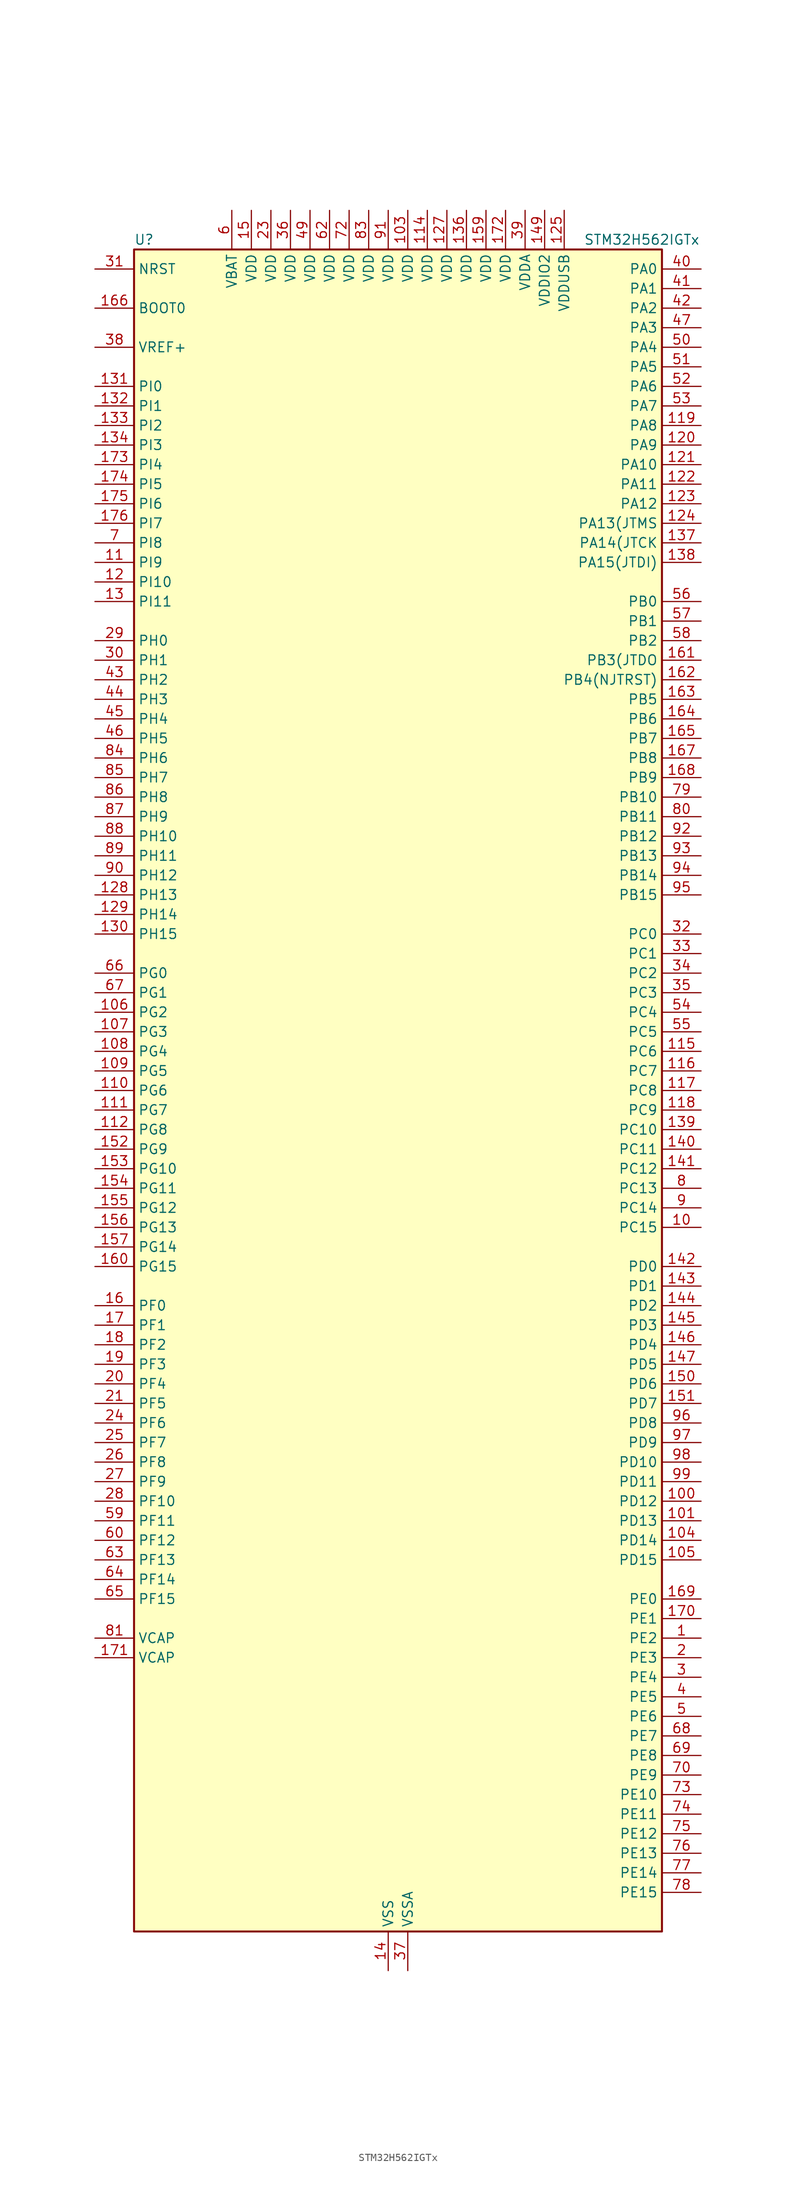
<source format=kicad_sym>
(kicad_symbol_lib
  (version 20231120)
  (generator "kicad-library-utils")
  (generator_version "8.0")
  (symbol "STM32H562IGTx"
    (property "Reference" "U"
      (at -33.02 110.49 0)
      (effects (font (size 1.27 1.27)) (justify left)))
    (property "Value" "STM32H562IGTx"
      (at 25.4 110.49 0)
      (effects (font (size 1.27 1.27)) (justify left)))
    (symbol "STM32H562IGTx_0_1"
      (rectangle (start -33.02 -109.22) (end 35.56 109.22) (stroke (width 0.254) (type default)) (fill (type background))))
    (symbol "STM32H562IGTx_1_1"
      (pin bidirectional line (at 40.64 -71.12 180) (length 5.08) (name "PE2" (effects (font (size 1.27 1.27)))) (number "1" (effects (font (size 1.27 1.27)))) (alternate "DCMI_D3" bidirectional line) (alternate "DEBUG_TRACECLK" bidirectional line) (alternate "FMC_A23" bidirectional line) (alternate "LPTIM1_IN2" bidirectional line) (alternate "OCTOSPI1_IO2" bidirectional line) (alternate "PSSI_D3" bidirectional line) (alternate "SAI1_CK1" bidirectional line) (alternate "SAI1_MCLK_A" bidirectional line) (alternate "SPI4_SCK" bidirectional line) (alternate "UART8_TX" bidirectional line) (alternate "USART10_RX" bidirectional line))
      (pin bidirectional line (at 40.64 -17.78 180) (length 5.08) (name "PC15" (effects (font (size 1.27 1.27)))) (number "10" (effects (font (size 1.27 1.27)))) (alternate "ADC1_EXTI15" bidirectional line) (alternate "ADC2_EXTI15" bidirectional line) (alternate "RCC_OSC32_OUT" bidirectional line))
      (pin bidirectional line (at 40.64 -53.34 180) (length 5.08) (name "PD12" (effects (font (size 1.27 1.27)))) (number "100" (effects (font (size 1.27 1.27)))) (alternate "DCMI_D12" bidirectional line) (alternate "FMC_A17" bidirectional line) (alternate "FMC_ALE" bidirectional line) (alternate "I2C4_SCL" bidirectional line) (alternate "I3C1_SCL" bidirectional line) (alternate "LPTIM1_IN1" bidirectional line) (alternate "LPTIM2_IN1" bidirectional line) (alternate "OCTOSPI1_IO1" bidirectional line) (alternate "PSSI_D12" bidirectional line) (alternate "SAI1_D1" bidirectional line) (alternate "SAI2_FS_A" bidirectional line) (alternate "TIM4_CH1" bidirectional line) (alternate "UART4_TX" bidirectional line) (alternate "USART3_RTS" bidirectional line))
      (pin bidirectional line (at 40.64 -55.88 180) (length 5.08) (name "PD13" (effects (font (size 1.27 1.27)))) (number "101" (effects (font (size 1.27 1.27)))) (alternate "DCMI_D13" bidirectional line) (alternate "FMC_A18" bidirectional line) (alternate "I2C4_SDA" bidirectional line) (alternate "I3C1_SDA" bidirectional line) (alternate "LPTIM1_CH1" bidirectional line) (alternate "LPTIM2_CH1" bidirectional line) (alternate "LPTIM4_IN1" bidirectional line) (alternate "OCTOSPI1_IO3" bidirectional line) (alternate "PSSI_D13" bidirectional line) (alternate "SAI2_SCK_A" bidirectional line) (alternate "TIM4_CH2" bidirectional line) (alternate "UART9_RTS" bidirectional line))
      (pin passive line (at 0 -114.3 90) (length 5.08) hide (name "VSS" (effects (font (size 1.27 1.27)))) (number "102" (effects (font (size 1.27 1.27)))))
      (pin power_in line (at 2.54 114.3 270) (length 5.08) (name "VDD" (effects (font (size 1.27 1.27)))) (number "103" (effects (font (size 1.27 1.27)))))
      (pin bidirectional line (at 40.64 -58.42 180) (length 5.08) (name "PD14" (effects (font (size 1.27 1.27)))) (number "104" (effects (font (size 1.27 1.27)))) (alternate "FMC_D0" bidirectional line) (alternate "FMC_DA0" bidirectional line) (alternate "TIM4_CH3" bidirectional line) (alternate "UART8_CTS" bidirectional line) (alternate "UART9_RX" bidirectional line))
      (pin bidirectional line (at 40.64 -60.96 180) (length 5.08) (name "PD15" (effects (font (size 1.27 1.27)))) (number "105" (effects (font (size 1.27 1.27)))) (alternate "ADC1_EXTI15" bidirectional line) (alternate "ADC2_EXTI15" bidirectional line) (alternate "FMC_D1" bidirectional line) (alternate "FMC_DA1" bidirectional line) (alternate "TIM4_CH4" bidirectional line) (alternate "UART8_RTS" bidirectional line) (alternate "UART9_TX" bidirectional line))
      (pin bidirectional line (at -38.1 10.16 0) (length 5.08) (name "PG2" (effects (font (size 1.27 1.27)))) (number "106" (effects (font (size 1.27 1.27)))) (alternate "FMC_A12" bidirectional line) (alternate "LPTIM6_ETR" bidirectional line) (alternate "TIM8_BKIN" bidirectional line) (alternate "UART12_RX" bidirectional line))
      (pin bidirectional line (at -38.1 7.62 0) (length 5.08) (name "PG3" (effects (font (size 1.27 1.27)))) (number "107" (effects (font (size 1.27 1.27)))) (alternate "FMC_A13" bidirectional line) (alternate "LPTIM5_ETR" bidirectional line) (alternate "TIM8_BKIN2" bidirectional line) (alternate "UART12_TX" bidirectional line))
      (pin bidirectional line (at -38.1 5.08 0) (length 5.08) (name "PG4" (effects (font (size 1.27 1.27)))) (number "108" (effects (font (size 1.27 1.27)))) (alternate "FMC_A14" bidirectional line) (alternate "FMC_BA0" bidirectional line) (alternate "LPTIM4_ETR" bidirectional line) (alternate "TIM1_BKIN2" bidirectional line))
      (pin bidirectional line (at -38.1 2.54 0) (length 5.08) (name "PG5" (effects (font (size 1.27 1.27)))) (number "109" (effects (font (size 1.27 1.27)))) (alternate "FMC_A15" bidirectional line) (alternate "FMC_BA1" bidirectional line) (alternate "TIM1_ETR" bidirectional line))
      (pin bidirectional line (at -38.1 68.58 0) (length 5.08) (name "PI9" (effects (font (size 1.27 1.27)))) (number "11" (effects (font (size 1.27 1.27)))) (alternate "DAC1_EXTI9" bidirectional line) (alternate "FDCAN1_RX" bidirectional line) (alternate "UART4_RX" bidirectional line))
      (pin bidirectional line (at -38.1 0 0) (length 5.08) (name "PG6" (effects (font (size 1.27 1.27)))) (number "110" (effects (font (size 1.27 1.27)))) (alternate "DCMI_D12" bidirectional line) (alternate "FMC_NE3" bidirectional line) (alternate "I2C4_SDA" bidirectional line) (alternate "I3C1_SDA" bidirectional line) (alternate "OCTOSPI1_NCS" bidirectional line) (alternate "PSSI_D12" bidirectional line) (alternate "SPI1_RDY" bidirectional line) (alternate "TIM17_BKIN" bidirectional line) (alternate "UCPD1_FRSTX" bidirectional line))
      (pin bidirectional line (at -38.1 -2.54 0) (length 5.08) (name "PG7" (effects (font (size 1.27 1.27)))) (number "111" (effects (font (size 1.27 1.27)))) (alternate "DCMI_D13" bidirectional line) (alternate "FMC_INT" bidirectional line) (alternate "I2C4_SCL" bidirectional line) (alternate "I3C1_SCL" bidirectional line) (alternate "PSSI_D13" bidirectional line) (alternate "SAI1_CK2" bidirectional line) (alternate "SAI1_MCLK_A" bidirectional line) (alternate "UCPD1_FRSTX" bidirectional line) (alternate "USART6_CK" bidirectional line))
      (pin bidirectional line (at -38.1 -5.08 0) (length 5.08) (name "PG8" (effects (font (size 1.27 1.27)))) (number "112" (effects (font (size 1.27 1.27)))) (alternate "FMC_SDCLK" bidirectional line) (alternate "SPI6_NSS" bidirectional line) (alternate "TIM8_ETR" bidirectional line) (alternate "USART6_RTS" bidirectional line))
      (pin passive line (at 0 -114.3 90) (length 5.08) hide (name "VSS" (effects (font (size 1.27 1.27)))) (number "113" (effects (font (size 1.27 1.27)))))
      (pin power_in line (at 5.08 114.3 270) (length 5.08) (name "VDD" (effects (font (size 1.27 1.27)))) (number "114" (effects (font (size 1.27 1.27)))))
      (pin bidirectional line (at 40.64 5.08 180) (length 5.08) (name "PC6" (effects (font (size 1.27 1.27)))) (number "115" (effects (font (size 1.27 1.27)))) (alternate "DCMI_D0" bidirectional line) (alternate "FMC_NWAIT" bidirectional line) (alternate "I2S2_MCK" bidirectional line) (alternate "OCTOSPI1_IO5" bidirectional line) (alternate "PSSI_D0" bidirectional line) (alternate "SAI1_SCK_A" bidirectional line) (alternate "SDMMC1_D0DIR" bidirectional line) (alternate "SDMMC1_D6" bidirectional line) (alternate "TIM3_CH1" bidirectional line) (alternate "TIM8_CH1" bidirectional line) (alternate "USART6_TX" bidirectional line))
      (pin bidirectional line (at 40.64 2.54 180) (length 5.08) (name "PC7" (effects (font (size 1.27 1.27)))) (number "116" (effects (font (size 1.27 1.27)))) (alternate "DCMI_D1" bidirectional line) (alternate "DEBUG_TRGIO" bidirectional line) (alternate "FMC_NE1" bidirectional line) (alternate "I2S3_MCK" bidirectional line) (alternate "OCTOSPI1_IO6" bidirectional line) (alternate "PSSI_D1" bidirectional line) (alternate "SDMMC1_D123DIR" bidirectional line) (alternate "SDMMC1_D7" bidirectional line) (alternate "TIM3_CH2" bidirectional line) (alternate "TIM8_CH2" bidirectional line) (alternate "USART6_RX" bidirectional line))
      (pin bidirectional line (at 40.64 0 180) (length 5.08) (name "PC8" (effects (font (size 1.27 1.27)))) (number "117" (effects (font (size 1.27 1.27)))) (alternate "DCMI_D2" bidirectional line) (alternate "DEBUG_TRACED1" bidirectional line) (alternate "FMC_ALE" bidirectional line) (alternate "FMC_INT" bidirectional line) (alternate "FMC_NCE" bidirectional line) (alternate "FMC_NE2" bidirectional line) (alternate "PSSI_D2" bidirectional line) (alternate "SDMMC1_D0" bidirectional line) (alternate "TIM3_CH3" bidirectional line) (alternate "TIM8_CH3" bidirectional line) (alternate "UART5_DE" bidirectional line) (alternate "UART5_RTS" bidirectional line) (alternate "USART6_CK" bidirectional line))
      (pin bidirectional line (at 40.64 -2.54 180) (length 5.08) (name "PC9" (effects (font (size 1.27 1.27)))) (number "118" (effects (font (size 1.27 1.27)))) (alternate "AUDIOCLK" bidirectional line) (alternate "DAC1_EXTI9" bidirectional line) (alternate "DCMI_D3" bidirectional line) (alternate "FMC_CLE" bidirectional line) (alternate "I2C3_SDA" bidirectional line) (alternate "OCTOSPI1_IO0" bidirectional line) (alternate "PSSI_D3" bidirectional line) (alternate "RCC_MCO_2" bidirectional line) (alternate "SDMMC1_D1" bidirectional line) (alternate "TIM3_CH4" bidirectional line) (alternate "TIM8_CH4" bidirectional line) (alternate "UART5_CTS" bidirectional line) (alternate "UCPD1_DB2" bidirectional line))
      (pin bidirectional line (at 40.64 86.36 180) (length 5.08) (name "PA8" (effects (font (size 1.27 1.27)))) (number "119" (effects (font (size 1.27 1.27)))) (alternate "DCMI_D3" bidirectional line) (alternate "FMC_NOE" bidirectional line) (alternate "I2C3_SCL" bidirectional line) (alternate "PSSI_D3" bidirectional line) (alternate "RCC_MCO_1" bidirectional line) (alternate "SPI1_RDY" bidirectional line) (alternate "TIM1_CH1" bidirectional line) (alternate "TIM8_BKIN2" bidirectional line) (alternate "UART7_RX" bidirectional line) (alternate "USART1_CK" bidirectional line) (alternate "USB_SOF" bidirectional line))
      (pin bidirectional line (at -38.1 66.04 0) (length 5.08) (name "PI10" (effects (font (size 1.27 1.27)))) (number "12" (effects (font (size 1.27 1.27)))) (alternate "FDCAN1_RX" bidirectional line) (alternate "PSSI_D14" bidirectional line))
      (pin bidirectional line (at 40.64 83.82 180) (length 5.08) (name "PA9" (effects (font (size 1.27 1.27)))) (number "120" (effects (font (size 1.27 1.27)))) (alternate "DAC1_EXTI9" bidirectional line) (alternate "DCMI_D0" bidirectional line) (alternate "FMC_NWE" bidirectional line) (alternate "I2C3_SMBA" bidirectional line) (alternate "I2S2_CK" bidirectional line) (alternate "LPUART1_TX" bidirectional line) (alternate "PSSI_D0" bidirectional line) (alternate "SPI2_SCK" bidirectional line) (alternate "TIM1_CH2" bidirectional line) (alternate "UCPD1_DB1" bidirectional line) (alternate "USART1_TX" bidirectional line))
      (pin bidirectional line (at 40.64 81.28 180) (length 5.08) (name "PA10" (effects (font (size 1.27 1.27)))) (number "121" (effects (font (size 1.27 1.27)))) (alternate "DCMI_D1" bidirectional line) (alternate "LPTIM2_IN2" bidirectional line) (alternate "LPUART1_RX" bidirectional line) (alternate "PSSI_D1" bidirectional line) (alternate "SDMMC1_D0" bidirectional line) (alternate "TIM1_CH3" bidirectional line) (alternate "UCPD1_FRSTX" bidirectional line) (alternate "USART1_RX" bidirectional line))
      (pin bidirectional line (at 40.64 78.74 180) (length 5.08) (name "PA11" (effects (font (size 1.27 1.27)))) (number "122" (effects (font (size 1.27 1.27)))) (alternate "ADC1_EXTI11" bidirectional line) (alternate "ADC2_EXTI11" bidirectional line) (alternate "FDCAN1_RX" bidirectional line) (alternate "I2S2_WS" bidirectional line) (alternate "LPUART1_CTS" bidirectional line) (alternate "SPI2_NSS" bidirectional line) (alternate "TIM1_CH4" bidirectional line) (alternate "UART4_RX" bidirectional line) (alternate "USART1_CTS" bidirectional line) (alternate "USART1_NSS" bidirectional line) (alternate "USB_DM" bidirectional line))
      (pin bidirectional line (at 40.64 76.2 180) (length 5.08) (name "PA12" (effects (font (size 1.27 1.27)))) (number "123" (effects (font (size 1.27 1.27)))) (alternate "FDCAN1_TX" bidirectional line) (alternate "I2S2_CK" bidirectional line) (alternate "LPUART1_RTS" bidirectional line) (alternate "SAI2_FS_B" bidirectional line) (alternate "SPI2_SCK" bidirectional line) (alternate "TIM1_ETR" bidirectional line) (alternate "UART4_TX" bidirectional line) (alternate "USART1_RTS" bidirectional line) (alternate "USB_DP" bidirectional line))
      (pin bidirectional line (at 40.64 73.66 180) (length 5.08) (name "PA13(JTMS" (effects (font (size 1.27 1.27)))) (number "124" (effects (font (size 1.27 1.27)))) (alternate "DEBUG_JTMS-SWDIO" bidirectional line))
      (pin power_in line (at 22.86 114.3 270) (length 5.08) (name "VDDUSB" (effects (font (size 1.27 1.27)))) (number "125" (effects (font (size 1.27 1.27)))))
      (pin passive line (at 0 -114.3 90) (length 5.08) hide (name "VSS" (effects (font (size 1.27 1.27)))) (number "126" (effects (font (size 1.27 1.27)))))
      (pin power_in line (at 7.62 114.3 270) (length 5.08) (name "VDD" (effects (font (size 1.27 1.27)))) (number "127" (effects (font (size 1.27 1.27)))))
      (pin bidirectional line (at -38.1 25.4 0) (length 5.08) (name "PH13" (effects (font (size 1.27 1.27)))) (number "128" (effects (font (size 1.27 1.27)))) (alternate "DCMI_D3" bidirectional line) (alternate "FDCAN1_TX" bidirectional line) (alternate "LPTIM1_IN2" bidirectional line) (alternate "PSSI_D3" bidirectional line) (alternate "TIM8_CH1N" bidirectional line) (alternate "UART4_TX" bidirectional line) (alternate "UART8_TX" bidirectional line))
      (pin bidirectional line (at -38.1 22.86 0) (length 5.08) (name "PH14" (effects (font (size 1.27 1.27)))) (number "129" (effects (font (size 1.27 1.27)))) (alternate "DCMI_D4" bidirectional line) (alternate "FDCAN1_RX" bidirectional line) (alternate "PSSI_D4" bidirectional line) (alternate "TIM8_CH2N" bidirectional line) (alternate "UART4_RX" bidirectional line))
      (pin bidirectional line (at -38.1 63.5 0) (length 5.08) (name "PI11" (effects (font (size 1.27 1.27)))) (number "13" (effects (font (size 1.27 1.27)))) (alternate "ADC1_EXTI11" bidirectional line) (alternate "ADC2_EXTI11" bidirectional line) (alternate "PSSI_D15" bidirectional line) (alternate "TAMP_IN4" bidirectional line) (alternate "TAMP_OUT5" bidirectional line))
      (pin bidirectional line (at -38.1 20.32 0) (length 5.08) (name "PH15" (effects (font (size 1.27 1.27)))) (number "130" (effects (font (size 1.27 1.27)))) (alternate "ADC1_EXTI15" bidirectional line) (alternate "ADC2_EXTI15" bidirectional line) (alternate "DCMI_D11" bidirectional line) (alternate "PSSI_D11" bidirectional line) (alternate "TIM8_CH3N" bidirectional line))
      (pin bidirectional line (at -38.1 91.44 0) (length 5.08) (name "PI0" (effects (font (size 1.27 1.27)))) (number "131" (effects (font (size 1.27 1.27)))) (alternate "DCMI_D13" bidirectional line) (alternate "I2S2_WS" bidirectional line) (alternate "PSSI_D13" bidirectional line) (alternate "SPI2_NSS" bidirectional line) (alternate "TIM5_CH4" bidirectional line))
      (pin bidirectional line (at -38.1 88.9 0) (length 5.08) (name "PI1" (effects (font (size 1.27 1.27)))) (number "132" (effects (font (size 1.27 1.27)))) (alternate "DCMI_D8" bidirectional line) (alternate "I2S2_CK" bidirectional line) (alternate "PSSI_D8" bidirectional line) (alternate "SPI2_SCK" bidirectional line) (alternate "TIM8_BKIN2" bidirectional line))
      (pin bidirectional line (at -38.1 86.36 0) (length 5.08) (name "PI2" (effects (font (size 1.27 1.27)))) (number "133" (effects (font (size 1.27 1.27)))) (alternate "DCMI_D9" bidirectional line) (alternate "I2S2_SDI" bidirectional line) (alternate "PSSI_D9" bidirectional line) (alternate "SPI2_MISO" bidirectional line) (alternate "TIM8_CH4" bidirectional line))
      (pin bidirectional line (at -38.1 83.82 0) (length 5.08) (name "PI3" (effects (font (size 1.27 1.27)))) (number "134" (effects (font (size 1.27 1.27)))) (alternate "DCMI_D10" bidirectional line) (alternate "I2S2_SDO" bidirectional line) (alternate "PSSI_D10" bidirectional line) (alternate "SPI2_MOSI" bidirectional line) (alternate "TIM8_ETR" bidirectional line))
      (pin passive line (at 0 -114.3 90) (length 5.08) hide (name "VSS" (effects (font (size 1.27 1.27)))) (number "135" (effects (font (size 1.27 1.27)))))
      (pin power_in line (at 10.16 114.3 270) (length 5.08) (name "VDD" (effects (font (size 1.27 1.27)))) (number "136" (effects (font (size 1.27 1.27)))))
      (pin bidirectional line (at 40.64 71.12 180) (length 5.08) (name "PA14(JTCK" (effects (font (size 1.27 1.27)))) (number "137" (effects (font (size 1.27 1.27)))) (alternate "DEBUG_JTCK-SWCLK" bidirectional line))
      (pin bidirectional line (at 40.64 68.58 180) (length 5.08) (name "PA15(JTDI)" (effects (font (size 1.27 1.27)))) (number "138" (effects (font (size 1.27 1.27)))) (alternate "ADC1_EXTI15" bidirectional line) (alternate "ADC2_EXTI15" bidirectional line) (alternate "CEC" bidirectional line) (alternate "DCMI_D11" bidirectional line) (alternate "DEBUG_JTDI" bidirectional line) (alternate "FMC_NBL1" bidirectional line) (alternate "I2S1_WS" bidirectional line) (alternate "I2S3_WS" bidirectional line) (alternate "LPTIM3_IN2" bidirectional line) (alternate "PSSI_D11" bidirectional line) (alternate "SPI1_NSS" bidirectional line) (alternate "SPI3_NSS" bidirectional line) (alternate "SPI6_NSS" bidirectional line) (alternate "TIM2_CH1" bidirectional line) (alternate "TIM2_ETR" bidirectional line) (alternate "UART4_DE" bidirectional line) (alternate "UART4_RTS" bidirectional line) (alternate "UART7_TX" bidirectional line))
      (pin bidirectional line (at 40.64 -5.08 180) (length 5.08) (name "PC10" (effects (font (size 1.27 1.27)))) (number "139" (effects (font (size 1.27 1.27)))) (alternate "DCMI_D8" bidirectional line) (alternate "I2S3_CK" bidirectional line) (alternate "LPTIM3_ETR" bidirectional line) (alternate "OCTOSPI1_IO1" bidirectional line) (alternate "PSSI_D8" bidirectional line) (alternate "SDMMC1_D2" bidirectional line) (alternate "SPI3_SCK" bidirectional line) (alternate "UART4_TX" bidirectional line) (alternate "USART3_TX" bidirectional line))
      (pin power_in line (at 0 -114.3 90) (length 5.08) (name "VSS" (effects (font (size 1.27 1.27)))) (number "14" (effects (font (size 1.27 1.27)))))
      (pin bidirectional line (at 40.64 -7.62 180) (length 5.08) (name "PC11" (effects (font (size 1.27 1.27)))) (number "140" (effects (font (size 1.27 1.27)))) (alternate "ADC1_EXTI11" bidirectional line) (alternate "ADC2_EXTI11" bidirectional line) (alternate "DCMI_D4" bidirectional line) (alternate "I2S3_SDI" bidirectional line) (alternate "LPTIM3_IN1" bidirectional line) (alternate "OCTOSPI1_NCS" bidirectional line) (alternate "PSSI_D4" bidirectional line) (alternate "SDMMC1_D3" bidirectional line) (alternate "SPI3_MISO" bidirectional line) (alternate "UART4_RX" bidirectional line) (alternate "USART3_RX" bidirectional line))
      (pin bidirectional line (at 40.64 -10.16 180) (length 5.08) (name "PC12" (effects (font (size 1.27 1.27)))) (number "141" (effects (font (size 1.27 1.27)))) (alternate "DCMI_D9" bidirectional line) (alternate "DEBUG_TRACED3" bidirectional line) (alternate "I2S3_SDO" bidirectional line) (alternate "PSSI_D9" bidirectional line) (alternate "SDMMC1_CK" bidirectional line) (alternate "SPI3_MOSI" bidirectional line) (alternate "SPI6_SCK" bidirectional line) (alternate "TIM15_CH1" bidirectional line) (alternate "UART5_TX" bidirectional line) (alternate "USART3_CK" bidirectional line))
      (pin bidirectional line (at 40.64 -22.86 180) (length 5.08) (name "PD0" (effects (font (size 1.27 1.27)))) (number "142" (effects (font (size 1.27 1.27)))) (alternate "FDCAN1_RX" bidirectional line) (alternate "FMC_D2" bidirectional line) (alternate "FMC_DA2" bidirectional line) (alternate "TIM8_CH4N" bidirectional line) (alternate "UART4_RX" bidirectional line) (alternate "UART9_CTS" bidirectional line))
      (pin bidirectional line (at 40.64 -25.4 180) (length 5.08) (name "PD1" (effects (font (size 1.27 1.27)))) (number "143" (effects (font (size 1.27 1.27)))) (alternate "FDCAN1_TX" bidirectional line) (alternate "FMC_D3" bidirectional line) (alternate "FMC_DA3" bidirectional line) (alternate "UART4_TX" bidirectional line))
      (pin bidirectional line (at 40.64 -27.94 180) (length 5.08) (name "PD2" (effects (font (size 1.27 1.27)))) (number "144" (effects (font (size 1.27 1.27)))) (alternate "DCMI_D11" bidirectional line) (alternate "DEBUG_TRACED2" bidirectional line) (alternate "LPTIM4_ETR" bidirectional line) (alternate "PSSI_D11" bidirectional line) (alternate "PWR_WKUP7" bidirectional line) (alternate "SDMMC1_CMD" bidirectional line) (alternate "TIM15_BKIN" bidirectional line) (alternate "TIM3_ETR" bidirectional line) (alternate "UART5_RX" bidirectional line))
      (pin bidirectional line (at 40.64 -30.48 180) (length 5.08) (name "PD3" (effects (font (size 1.27 1.27)))) (number "145" (effects (font (size 1.27 1.27)))) (alternate "DCMI_D5" bidirectional line) (alternate "FMC_CLK" bidirectional line) (alternate "I2S2_CK" bidirectional line) (alternate "PSSI_D5" bidirectional line) (alternate "PWR_WKUP8" bidirectional line) (alternate "SPI2_SCK" bidirectional line) (alternate "USART2_CTS" bidirectional line) (alternate "USART2_NSS" bidirectional line))
      (pin bidirectional line (at 40.64 -33.02 180) (length 5.08) (name "PD4" (effects (font (size 1.27 1.27)))) (number "146" (effects (font (size 1.27 1.27)))) (alternate "FMC_NOE" bidirectional line) (alternate "OCTOSPI1_IO4" bidirectional line) (alternate "USART2_RTS" bidirectional line))
      (pin bidirectional line (at 40.64 -35.56 180) (length 5.08) (name "PD5" (effects (font (size 1.27 1.27)))) (number "147" (effects (font (size 1.27 1.27)))) (alternate "FDCAN1_TX" bidirectional line) (alternate "FMC_NWE" bidirectional line) (alternate "OCTOSPI1_IO5" bidirectional line) (alternate "SPI2_RDY" bidirectional line) (alternate "TIM1_CH4N" bidirectional line) (alternate "USART2_TX" bidirectional line))
      (pin passive line (at 0 -114.3 90) (length 5.08) hide (name "VSS" (effects (font (size 1.27 1.27)))) (number "148" (effects (font (size 1.27 1.27)))))
      (pin power_in line (at 20.32 114.3 270) (length 5.08) (name "VDDIO2" (effects (font (size 1.27 1.27)))) (number "149" (effects (font (size 1.27 1.27)))))
      (pin power_in line (at -17.78 114.3 270) (length 5.08) (name "VDD" (effects (font (size 1.27 1.27)))) (number "15" (effects (font (size 1.27 1.27)))))
      (pin bidirectional line (at 40.64 -38.1 180) (length 5.08) (name "PD6" (effects (font (size 1.27 1.27)))) (number "150" (effects (font (size 1.27 1.27)))) (alternate "DCMI_D10" bidirectional line) (alternate "FMC_NWAIT" bidirectional line) (alternate "I2S3_SDO" bidirectional line) (alternate "OCTOSPI1_IO6" bidirectional line) (alternate "PSSI_D10" bidirectional line) (alternate "SAI1_D1" bidirectional line) (alternate "SAI1_SD_A" bidirectional line) (alternate "SPI3_MOSI" bidirectional line) (alternate "USART2_RX" bidirectional line))
      (pin bidirectional line (at 40.64 -40.64 180) (length 5.08) (name "PD7" (effects (font (size 1.27 1.27)))) (number "151" (effects (font (size 1.27 1.27)))) (alternate "FMC_NCE" bidirectional line) (alternate "FMC_NE1" bidirectional line) (alternate "I2S1_SDO" bidirectional line) (alternate "LPTIM4_OUT" bidirectional line) (alternate "OCTOSPI1_IO7" bidirectional line) (alternate "SPI1_MOSI" bidirectional line) (alternate "USART2_CK" bidirectional line))
      (pin bidirectional line (at -38.1 -7.62 0) (length 5.08) (name "PG9" (effects (font (size 1.27 1.27)))) (number "152" (effects (font (size 1.27 1.27)))) (alternate "DAC1_EXTI9" bidirectional line) (alternate "DCMI_VSYNC" bidirectional line) (alternate "FMC_NCE" bidirectional line) (alternate "FMC_NE2" bidirectional line) (alternate "I2S1_SDI" bidirectional line) (alternate "OCTOSPI1_IO6" bidirectional line) (alternate "PSSI_RDY" bidirectional line) (alternate "SAI2_FS_B" bidirectional line) (alternate "SPI1_MISO" bidirectional line) (alternate "USART6_RX" bidirectional line))
      (pin bidirectional line (at -38.1 -10.16 0) (length 5.08) (name "PG10" (effects (font (size 1.27 1.27)))) (number "153" (effects (font (size 1.27 1.27)))) (alternate "DCMI_D2" bidirectional line) (alternate "FMC_NE3" bidirectional line) (alternate "I2S1_WS" bidirectional line) (alternate "PSSI_D2" bidirectional line) (alternate "SAI2_SD_B" bidirectional line) (alternate "SPI1_NSS" bidirectional line))
      (pin bidirectional line (at -38.1 -12.7 0) (length 5.08) (name "PG11" (effects (font (size 1.27 1.27)))) (number "154" (effects (font (size 1.27 1.27)))) (alternate "ADC1_EXTI11" bidirectional line) (alternate "ADC2_EXTI11" bidirectional line) (alternate "DCMI_D3" bidirectional line) (alternate "I2S1_CK" bidirectional line) (alternate "LPTIM1_IN2" bidirectional line) (alternate "PSSI_D3" bidirectional line) (alternate "SPI1_SCK" bidirectional line) (alternate "USART10_RX" bidirectional line) (alternate "USART11_RTS" bidirectional line))
      (pin bidirectional line (at -38.1 -15.24 0) (length 5.08) (name "PG12" (effects (font (size 1.27 1.27)))) (number "155" (effects (font (size 1.27 1.27)))) (alternate "DCMI_D11" bidirectional line) (alternate "FMC_NE4" bidirectional line) (alternate "LPTIM1_IN1" bidirectional line) (alternate "LPTIM5_CH1" bidirectional line) (alternate "PSSI_D11" bidirectional line) (alternate "PSSI_D15" bidirectional line) (alternate "SPI6_MISO" bidirectional line) (alternate "USART10_TX" bidirectional line) (alternate "USART6_RTS" bidirectional line))
      (pin bidirectional line (at -38.1 -17.78 0) (length 5.08) (name "PG13" (effects (font (size 1.27 1.27)))) (number "156" (effects (font (size 1.27 1.27)))) (alternate "DEBUG_TRACED0" bidirectional line) (alternate "FMC_A24" bidirectional line) (alternate "LPTIM1_CH1" bidirectional line) (alternate "LPTIM5_CH2" bidirectional line) (alternate "SPI6_SCK" bidirectional line) (alternate "USART10_CTS" bidirectional line) (alternate "USART10_NSS" bidirectional line) (alternate "USART6_CTS" bidirectional line) (alternate "USART6_NSS" bidirectional line))
      (pin bidirectional line (at -38.1 -20.32 0) (length 5.08) (name "PG14" (effects (font (size 1.27 1.27)))) (number "157" (effects (font (size 1.27 1.27)))) (alternate "DEBUG_TRACED1" bidirectional line) (alternate "FMC_A25" bidirectional line) (alternate "LPTIM1_CH2" bidirectional line) (alternate "LPTIM1_ETR" bidirectional line) (alternate "LPTIM5_IN1" bidirectional line) (alternate "OCTOSPI1_IO7" bidirectional line) (alternate "SPI6_MOSI" bidirectional line) (alternate "USART10_RTS" bidirectional line) (alternate "USART6_TX" bidirectional line))
      (pin passive line (at 0 -114.3 90) (length 5.08) hide (name "VSS" (effects (font (size 1.27 1.27)))) (number "158" (effects (font (size 1.27 1.27)))))
      (pin power_in line (at 12.7 114.3 270) (length 5.08) (name "VDD" (effects (font (size 1.27 1.27)))) (number "159" (effects (font (size 1.27 1.27)))))
      (pin bidirectional line (at -38.1 -27.94 0) (length 5.08) (name "PF0" (effects (font (size 1.27 1.27)))) (number "16" (effects (font (size 1.27 1.27)))) (alternate "FMC_A0" bidirectional line) (alternate "I2C2_SDA" bidirectional line) (alternate "LPTIM5_CH1" bidirectional line))
      (pin bidirectional line (at -38.1 -22.86 0) (length 5.08) (name "PG15" (effects (font (size 1.27 1.27)))) (number "160" (effects (font (size 1.27 1.27)))) (alternate "ADC1_EXTI15" bidirectional line) (alternate "ADC2_EXTI15" bidirectional line) (alternate "DCMI_D13" bidirectional line) (alternate "FMC_SDNCAS" bidirectional line) (alternate "PSSI_D13" bidirectional line) (alternate "SPI4_RDY" bidirectional line) (alternate "USART10_CK" bidirectional line) (alternate "USART6_CTS" bidirectional line) (alternate "USART6_NSS" bidirectional line))
      (pin bidirectional line (at 40.64 55.88 180) (length 5.08) (name "PB3(JTDO" (effects (font (size 1.27 1.27)))) (number "161" (effects (font (size 1.27 1.27)))) (alternate "CRS_SYNC" bidirectional line) (alternate "DEBUG_JTDO-SWO" bidirectional line) (alternate "I2C2_SDA" bidirectional line) (alternate "I2S1_CK" bidirectional line) (alternate "I2S3_CK" bidirectional line) (alternate "LPTIM6_ETR" bidirectional line) (alternate "SPI1_SCK" bidirectional line) (alternate "SPI3_SCK" bidirectional line) (alternate "SPI6_SCK" bidirectional line) (alternate "TIM2_CH2" bidirectional line) (alternate "UART12_CTS" bidirectional line) (alternate "UART7_RX" bidirectional line))
      (pin bidirectional line (at 40.64 53.34 180) (length 5.08) (name "PB4(NJTRST)" (effects (font (size 1.27 1.27)))) (number "162" (effects (font (size 1.27 1.27)))) (alternate "DCMI_D7" bidirectional line) (alternate "DEBUG_JTRST" bidirectional line) (alternate "I2S1_SDI" bidirectional line) (alternate "I2S2_WS" bidirectional line) (alternate "I2S3_SDI" bidirectional line) (alternate "LPTIM1_CH2" bidirectional line) (alternate "OCTOSPI1_CLK" bidirectional line) (alternate "PSSI_D7" bidirectional line) (alternate "SPI1_MISO" bidirectional line) (alternate "SPI2_NSS" bidirectional line) (alternate "SPI3_MISO" bidirectional line) (alternate "SPI6_MISO" bidirectional line) (alternate "TIM16_BKIN" bidirectional line) (alternate "TIM3_CH1" bidirectional line) (alternate "UART7_TX" bidirectional line))
      (pin bidirectional line (at 40.64 50.8 180) (length 5.08) (name "PB5" (effects (font (size 1.27 1.27)))) (number "163" (effects (font (size 1.27 1.27)))) (alternate "DCMI_D10" bidirectional line) (alternate "FMC_SDCKE1" bidirectional line) (alternate "I2C1_SMBA" bidirectional line) (alternate "I2C4_SMBA" bidirectional line) (alternate "I2S1_SDO" bidirectional line) (alternate "I2S3_SDO" bidirectional line) (alternate "OCTOSPI1_NCLK" bidirectional line) (alternate "PSSI_D10" bidirectional line) (alternate "SPI1_MOSI" bidirectional line) (alternate "SPI3_MOSI" bidirectional line) (alternate "SPI6_MOSI" bidirectional line) (alternate "TIM17_BKIN" bidirectional line) (alternate "TIM3_CH2" bidirectional line) (alternate "UART5_RX" bidirectional line))
      (pin bidirectional line (at 40.64 48.26 180) (length 5.08) (name "PB6" (effects (font (size 1.27 1.27)))) (number "164" (effects (font (size 1.27 1.27)))) (alternate "CEC" bidirectional line) (alternate "DCMI_D5" bidirectional line) (alternate "FMC_SDNE1" bidirectional line) (alternate "I2C1_SCL" bidirectional line) (alternate "I2C4_SCL" bidirectional line) (alternate "I3C1_SCL" bidirectional line) (alternate "LPUART1_TX" bidirectional line) (alternate "OCTOSPI1_NCS" bidirectional line) (alternate "PSSI_D5" bidirectional line) (alternate "TIM16_CH1N" bidirectional line) (alternate "TIM4_CH1" bidirectional line) (alternate "UART5_TX" bidirectional line) (alternate "USART1_TX" bidirectional line))
      (pin bidirectional line (at 40.64 45.72 180) (length 5.08) (name "PB7" (effects (font (size 1.27 1.27)))) (number "165" (effects (font (size 1.27 1.27)))) (alternate "DCMI_VSYNC" bidirectional line) (alternate "FDCAN1_TX" bidirectional line) (alternate "FMC_NL" bidirectional line) (alternate "I2C1_SDA" bidirectional line) (alternate "I2C4_SDA" bidirectional line) (alternate "I3C1_SDA" bidirectional line) (alternate "LPUART1_RX" bidirectional line) (alternate "PSSI_RDY" bidirectional line) (alternate "PWR_WKUP5" bidirectional line) (alternate "TIM17_CH1N" bidirectional line) (alternate "TIM4_CH2" bidirectional line) (alternate "USART1_RX" bidirectional line))
      (pin input line (at -38.1 101.6 0) (length 5.08) (name "BOOT0" (effects (font (size 1.27 1.27)))) (number "166" (effects (font (size 1.27 1.27)))))
      (pin bidirectional line (at 40.64 43.18 180) (length 5.08) (name "PB8" (effects (font (size 1.27 1.27)))) (number "167" (effects (font (size 1.27 1.27)))) (alternate "DCMI_D6" bidirectional line) (alternate "FDCAN1_RX" bidirectional line) (alternate "I2C1_SCL" bidirectional line) (alternate "I2C4_SCL" bidirectional line) (alternate "I3C1_SCL" bidirectional line) (alternate "PSSI_D6" bidirectional line) (alternate "SDMMC1_CKIN" bidirectional line) (alternate "SDMMC1_D4" bidirectional line) (alternate "SPI4_RDY" bidirectional line) (alternate "TIM16_CH1" bidirectional line) (alternate "TIM4_CH3" bidirectional line) (alternate "UART4_RX" bidirectional line))
      (pin bidirectional line (at 40.64 40.64 180) (length 5.08) (name "PB9" (effects (font (size 1.27 1.27)))) (number "168" (effects (font (size 1.27 1.27)))) (alternate "DAC1_EXTI9" bidirectional line) (alternate "DCMI_D7" bidirectional line) (alternate "FDCAN1_TX" bidirectional line) (alternate "I2C1_SDA" bidirectional line) (alternate "I2C4_SDA" bidirectional line) (alternate "I2S2_WS" bidirectional line) (alternate "I3C1_SDA" bidirectional line) (alternate "PSSI_D7" bidirectional line) (alternate "SDMMC1_CDIR" bidirectional line) (alternate "SDMMC1_D5" bidirectional line) (alternate "SPI2_NSS" bidirectional line) (alternate "TIM17_CH1" bidirectional line) (alternate "TIM4_CH4" bidirectional line) (alternate "UART4_TX" bidirectional line))
      (pin bidirectional line (at 40.64 -66.04 180) (length 5.08) (name "PE0" (effects (font (size 1.27 1.27)))) (number "169" (effects (font (size 1.27 1.27)))) (alternate "DCMI_D2" bidirectional line) (alternate "FDCAN1_RX" bidirectional line) (alternate "FMC_NBL0" bidirectional line) (alternate "LPTIM1_ETR" bidirectional line) (alternate "LPTIM2_CH2" bidirectional line) (alternate "LPTIM2_ETR" bidirectional line) (alternate "PSSI_D2" bidirectional line) (alternate "SAI2_MCLK_A" bidirectional line) (alternate "SPI3_RDY" bidirectional line) (alternate "TIM4_ETR" bidirectional line) (alternate "UART8_RX" bidirectional line))
      (pin bidirectional line (at -38.1 -30.48 0) (length 5.08) (name "PF1" (effects (font (size 1.27 1.27)))) (number "17" (effects (font (size 1.27 1.27)))) (alternate "FMC_A1" bidirectional line) (alternate "I2C2_SCL" bidirectional line) (alternate "LPTIM5_CH2" bidirectional line))
      (pin bidirectional line (at 40.64 -68.58 180) (length 5.08) (name "PE1" (effects (font (size 1.27 1.27)))) (number "170" (effects (font (size 1.27 1.27)))) (alternate "DCMI_D3" bidirectional line) (alternate "FDCAN1_TX" bidirectional line) (alternate "FMC_NBL1" bidirectional line) (alternate "LPTIM1_IN2" bidirectional line) (alternate "PSSI_D3" bidirectional line) (alternate "UART8_TX" bidirectional line))
      (pin power_out line (at -38.1 -73.66 0) (length 5.08) (name "VCAP" (effects (font (size 1.27 1.27)))) (number "171" (effects (font (size 1.27 1.27)))))
      (pin power_in line (at 15.24 114.3 270) (length 5.08) (name "VDD" (effects (font (size 1.27 1.27)))) (number "172" (effects (font (size 1.27 1.27)))))
      (pin bidirectional line (at -38.1 81.28 0) (length 5.08) (name "PI4" (effects (font (size 1.27 1.27)))) (number "173" (effects (font (size 1.27 1.27)))) (alternate "DCMI_D5" bidirectional line) (alternate "PSSI_D5" bidirectional line) (alternate "SAI2_MCLK_A" bidirectional line) (alternate "SPI2_RDY" bidirectional line) (alternate "TIM8_BKIN" bidirectional line))
      (pin bidirectional line (at -38.1 78.74 0) (length 5.08) (name "PI5" (effects (font (size 1.27 1.27)))) (number "174" (effects (font (size 1.27 1.27)))) (alternate "DCMI_VSYNC" bidirectional line) (alternate "PSSI_RDY" bidirectional line) (alternate "SAI2_SCK_A" bidirectional line) (alternate "TIM8_CH1" bidirectional line))
      (pin bidirectional line (at -38.1 76.2 0) (length 5.08) (name "PI6" (effects (font (size 1.27 1.27)))) (number "175" (effects (font (size 1.27 1.27)))) (alternate "DCMI_D6" bidirectional line) (alternate "PSSI_D6" bidirectional line) (alternate "SAI2_SD_A" bidirectional line) (alternate "TIM8_CH2" bidirectional line))
      (pin bidirectional line (at -38.1 73.66 0) (length 5.08) (name "PI7" (effects (font (size 1.27 1.27)))) (number "176" (effects (font (size 1.27 1.27)))) (alternate "DCMI_D7" bidirectional line) (alternate "PSSI_D7" bidirectional line) (alternate "SAI2_FS_A" bidirectional line) (alternate "TIM8_CH3" bidirectional line))
      (pin bidirectional line (at -38.1 -33.02 0) (length 5.08) (name "PF2" (effects (font (size 1.27 1.27)))) (number "18" (effects (font (size 1.27 1.27)))) (alternate "FMC_A2" bidirectional line) (alternate "I2C2_SMBA" bidirectional line) (alternate "LPTIM3_CH2" bidirectional line) (alternate "LPTIM3_IN2" bidirectional line) (alternate "LPTIM5_IN1" bidirectional line) (alternate "UART12_TX" bidirectional line) (alternate "USART11_CK" bidirectional line))
      (pin bidirectional line (at -38.1 -35.56 0) (length 5.08) (name "PF3" (effects (font (size 1.27 1.27)))) (number "19" (effects (font (size 1.27 1.27)))) (alternate "FMC_A3" bidirectional line) (alternate "LPTIM3_IN1" bidirectional line) (alternate "LPTIM5_IN2" bidirectional line) (alternate "USART11_TX" bidirectional line))
      (pin bidirectional line (at 40.64 -73.66 180) (length 5.08) (name "PE3" (effects (font (size 1.27 1.27)))) (number "2" (effects (font (size 1.27 1.27)))) (alternate "DEBUG_TRACED0" bidirectional line) (alternate "FMC_A19" bidirectional line) (alternate "SAI1_SD_B" bidirectional line) (alternate "TAMP_IN6" bidirectional line) (alternate "TAMP_OUT3" bidirectional line) (alternate "TIM15_BKIN" bidirectional line) (alternate "USART10_TX" bidirectional line))
      (pin bidirectional line (at -38.1 -38.1 0) (length 5.08) (name "PF4" (effects (font (size 1.27 1.27)))) (number "20" (effects (font (size 1.27 1.27)))) (alternate "FMC_A4" bidirectional line) (alternate "LPTIM3_ETR" bidirectional line) (alternate "USART11_RX" bidirectional line))
      (pin bidirectional line (at -38.1 -40.64 0) (length 5.08) (name "PF5" (effects (font (size 1.27 1.27)))) (number "21" (effects (font (size 1.27 1.27)))) (alternate "FMC_A5" bidirectional line) (alternate "I2C4_SCL" bidirectional line) (alternate "I3C1_SCL" bidirectional line) (alternate "LPTIM3_CH1" bidirectional line) (alternate "LPTIM3_IN1" bidirectional line) (alternate "UART12_RX" bidirectional line) (alternate "USART11_CTS" bidirectional line) (alternate "USART11_NSS" bidirectional line))
      (pin passive line (at 0 -114.3 90) (length 5.08) hide (name "VSS" (effects (font (size 1.27 1.27)))) (number "22" (effects (font (size 1.27 1.27)))))
      (pin power_in line (at -15.24 114.3 270) (length 5.08) (name "VDD" (effects (font (size 1.27 1.27)))) (number "23" (effects (font (size 1.27 1.27)))))
      (pin bidirectional line (at -38.1 -43.18 0) (length 5.08) (name "PF6" (effects (font (size 1.27 1.27)))) (number "24" (effects (font (size 1.27 1.27)))) (alternate "LPTIM5_CH1" bidirectional line) (alternate "OCTOSPI1_IO3" bidirectional line) (alternate "SAI1_SD_B" bidirectional line) (alternate "SPI5_NSS" bidirectional line) (alternate "TIM16_CH1" bidirectional line) (alternate "UART7_RX" bidirectional line))
      (pin bidirectional line (at -38.1 -45.72 0) (length 5.08) (name "PF7" (effects (font (size 1.27 1.27)))) (number "25" (effects (font (size 1.27 1.27)))) (alternate "LPTIM5_CH2" bidirectional line) (alternate "OCTOSPI1_IO2" bidirectional line) (alternate "SAI1_MCLK_B" bidirectional line) (alternate "SPI5_SCK" bidirectional line) (alternate "TIM17_CH1" bidirectional line) (alternate "UART7_TX" bidirectional line))
      (pin bidirectional line (at -38.1 -48.26 0) (length 5.08) (name "PF8" (effects (font (size 1.27 1.27)))) (number "26" (effects (font (size 1.27 1.27)))) (alternate "LPTIM5_IN1" bidirectional line) (alternate "OCTOSPI1_IO0" bidirectional line) (alternate "SAI1_SCK_B" bidirectional line) (alternate "SPI5_MISO" bidirectional line) (alternate "TIM13_CH1" bidirectional line) (alternate "TIM16_CH1N" bidirectional line) (alternate "UART7_RTS" bidirectional line))
      (pin bidirectional line (at -38.1 -50.8 0) (length 5.08) (name "PF9" (effects (font (size 1.27 1.27)))) (number "27" (effects (font (size 1.27 1.27)))) (alternate "DAC1_EXTI9" bidirectional line) (alternate "LPTIM5_IN2" bidirectional line) (alternate "OCTOSPI1_IO1" bidirectional line) (alternate "SAI1_FS_B" bidirectional line) (alternate "SPI5_MOSI" bidirectional line) (alternate "TIM14_CH1" bidirectional line) (alternate "TIM17_CH1N" bidirectional line) (alternate "UART7_CTS" bidirectional line))
      (pin bidirectional line (at -38.1 -53.34 0) (length 5.08) (name "PF10" (effects (font (size 1.27 1.27)))) (number "28" (effects (font (size 1.27 1.27)))) (alternate "DCMI_D11" bidirectional line) (alternate "OCTOSPI1_CLK" bidirectional line) (alternate "PSSI_D11" bidirectional line) (alternate "PSSI_D15" bidirectional line) (alternate "SAI1_D3" bidirectional line) (alternate "TIM16_BKIN" bidirectional line))
      (pin bidirectional line (at -38.1 58.42 0) (length 5.08) (name "PH0" (effects (font (size 1.27 1.27)))) (number "29" (effects (font (size 1.27 1.27)))) (alternate "RCC_OSC_IN" bidirectional line))
      (pin bidirectional line (at 40.64 -76.2 180) (length 5.08) (name "PE4" (effects (font (size 1.27 1.27)))) (number "3" (effects (font (size 1.27 1.27)))) (alternate "DCMI_D4" bidirectional line) (alternate "DEBUG_TRACED1" bidirectional line) (alternate "FMC_A20" bidirectional line) (alternate "PSSI_D4" bidirectional line) (alternate "SAI1_D2" bidirectional line) (alternate "SAI1_FS_A" bidirectional line) (alternate "SPI4_NSS" bidirectional line) (alternate "TAMP_IN7" bidirectional line) (alternate "TAMP_OUT8" bidirectional line) (alternate "TIM15_CH1N" bidirectional line))
      (pin bidirectional line (at -38.1 55.88 0) (length 5.08) (name "PH1" (effects (font (size 1.27 1.27)))) (number "30" (effects (font (size 1.27 1.27)))) (alternate "RCC_OSC_OUT" bidirectional line))
      (pin input line (at -38.1 106.68 0) (length 5.08) (name "NRST" (effects (font (size 1.27 1.27)))) (number "31" (effects (font (size 1.27 1.27)))))
      (pin bidirectional line (at 40.64 20.32 180) (length 5.08) (name "PC0" (effects (font (size 1.27 1.27)))) (number "32" (effects (font (size 1.27 1.27)))) (alternate "ADC1_INP10" bidirectional line) (alternate "ADC2_INP10" bidirectional line) (alternate "FMC_A25" bidirectional line) (alternate "FMC_SDNWE" bidirectional line) (alternate "OCTOSPI1_IO7" bidirectional line) (alternate "SAI1_MCLK_A" bidirectional line) (alternate "SAI2_FS_B" bidirectional line) (alternate "SPI2_RDY" bidirectional line) (alternate "TIM16_BKIN" bidirectional line))
      (pin bidirectional line (at 40.64 17.78 180) (length 5.08) (name "PC1" (effects (font (size 1.27 1.27)))) (number "33" (effects (font (size 1.27 1.27)))) (alternate "ADC1_INN10" bidirectional line) (alternate "ADC1_INP11" bidirectional line) (alternate "ADC2_INN10" bidirectional line) (alternate "ADC2_INP11" bidirectional line) (alternate "DEBUG_TRACED0" bidirectional line) (alternate "I2S2_SDO" bidirectional line) (alternate "OCTOSPI1_IO4" bidirectional line) (alternate "PWR_WKUP6" bidirectional line) (alternate "SAI1_D1" bidirectional line) (alternate "SAI1_SD_A" bidirectional line) (alternate "SAI2_SD_A" bidirectional line) (alternate "SPI2_MOSI" bidirectional line) (alternate "TAMP_IN3" bidirectional line) (alternate "TAMP_OUT5" bidirectional line) (alternate "USART11_RTS" bidirectional line))
      (pin bidirectional line (at 40.64 15.24 180) (length 5.08) (name "PC2" (effects (font (size 1.27 1.27)))) (number "34" (effects (font (size 1.27 1.27)))) (alternate "ADC1_INN11" bidirectional line) (alternate "ADC1_INP12" bidirectional line) (alternate "ADC2_INN11" bidirectional line) (alternate "ADC2_INP12" bidirectional line) (alternate "FMC_SDNE0" bidirectional line) (alternate "I2S2_SDI" bidirectional line) (alternate "OCTOSPI1_IO2" bidirectional line) (alternate "OCTOSPI1_IO5" bidirectional line) (alternate "PWR_CSLEEP" bidirectional line) (alternate "SPI2_MISO" bidirectional line) (alternate "TIM17_CH1" bidirectional line) (alternate "TIM4_CH4" bidirectional line))
      (pin bidirectional line (at 40.64 12.7 180) (length 5.08) (name "PC3" (effects (font (size 1.27 1.27)))) (number "35" (effects (font (size 1.27 1.27)))) (alternate "ADC1_INN12" bidirectional line) (alternate "ADC1_INP13" bidirectional line) (alternate "ADC2_INN12" bidirectional line) (alternate "ADC2_INP13" bidirectional line) (alternate "FMC_SDCKE0" bidirectional line) (alternate "I2S2_SDO" bidirectional line) (alternate "LPTIM3_CH1" bidirectional line) (alternate "OCTOSPI1_IO0" bidirectional line) (alternate "OCTOSPI1_IO6" bidirectional line) (alternate "PWR_CSTOP" bidirectional line) (alternate "SAI1_D3" bidirectional line) (alternate "SPI2_MOSI" bidirectional line))
      (pin power_in line (at -12.7 114.3 270) (length 5.08) (name "VDD" (effects (font (size 1.27 1.27)))) (number "36" (effects (font (size 1.27 1.27)))))
      (pin power_in line (at 2.54 -114.3 90) (length 5.08) (name "VSSA" (effects (font (size 1.27 1.27)))) (number "37" (effects (font (size 1.27 1.27)))))
      (pin input line (at -38.1 96.52 0) (length 5.08) (name "VREF+" (effects (font (size 1.27 1.27)))) (number "38" (effects (font (size 1.27 1.27)))))
      (pin power_in line (at 17.78 114.3 270) (length 5.08) (name "VDDA" (effects (font (size 1.27 1.27)))) (number "39" (effects (font (size 1.27 1.27)))))
      (pin bidirectional line (at 40.64 -78.74 180) (length 5.08) (name "PE5" (effects (font (size 1.27 1.27)))) (number "4" (effects (font (size 1.27 1.27)))) (alternate "DCMI_D6" bidirectional line) (alternate "DEBUG_TRACED2" bidirectional line) (alternate "FMC_A21" bidirectional line) (alternate "PSSI_D6" bidirectional line) (alternate "SAI1_CK2" bidirectional line) (alternate "SAI1_SCK_A" bidirectional line) (alternate "SPI4_MISO" bidirectional line) (alternate "TAMP_IN8" bidirectional line) (alternate "TAMP_OUT7" bidirectional line) (alternate "TIM15_CH1" bidirectional line))
      (pin bidirectional line (at 40.64 106.68 180) (length 5.08) (name "PA0" (effects (font (size 1.27 1.27)))) (number "40" (effects (font (size 1.27 1.27)))) (alternate "ADC1_INN1" bidirectional line) (alternate "ADC1_INP0" bidirectional line) (alternate "ADC2_INN1" bidirectional line) (alternate "ADC2_INP0" bidirectional line) (alternate "PWR_WKUP1" bidirectional line) (alternate "SAI2_SD_B" bidirectional line) (alternate "SPI3_RDY" bidirectional line) (alternate "SPI6_NSS" bidirectional line) (alternate "TAMP_IN2" bidirectional line) (alternate "TAMP_OUT1" bidirectional line) (alternate "TIM15_BKIN" bidirectional line) (alternate "TIM2_CH1" bidirectional line) (alternate "TIM2_ETR" bidirectional line) (alternate "TIM5_CH1" bidirectional line) (alternate "TIM8_ETR" bidirectional line) (alternate "UART4_TX" bidirectional line) (alternate "USART2_CTS" bidirectional line) (alternate "USART2_NSS" bidirectional line))
      (pin bidirectional line (at 40.64 104.14 180) (length 5.08) (name "PA1" (effects (font (size 1.27 1.27)))) (number "41" (effects (font (size 1.27 1.27)))) (alternate "ADC1_INP1" bidirectional line) (alternate "ADC2_INP1" bidirectional line) (alternate "LPTIM1_IN1" bidirectional line) (alternate "OCTOSPI1_DQS" bidirectional line) (alternate "OCTOSPI1_IO3" bidirectional line) (alternate "SAI2_MCLK_B" bidirectional line) (alternate "TAMP_IN5" bidirectional line) (alternate "TAMP_OUT4" bidirectional line) (alternate "TIM15_CH1N" bidirectional line) (alternate "TIM2_CH2" bidirectional line) (alternate "TIM5_CH2" bidirectional line) (alternate "UART4_RX" bidirectional line) (alternate "USART2_RTS" bidirectional line))
      (pin bidirectional line (at 40.64 101.6 180) (length 5.08) (name "PA2" (effects (font (size 1.27 1.27)))) (number "42" (effects (font (size 1.27 1.27)))) (alternate "ADC1_INP14" bidirectional line) (alternate "ADC2_INP14" bidirectional line) (alternate "LPTIM1_IN2" bidirectional line) (alternate "PWR_WKUP2" bidirectional line) (alternate "SAI2_SCK_B" bidirectional line) (alternate "TAMP_IN4" bidirectional line) (alternate "TAMP_OUT3" bidirectional line) (alternate "TIM15_CH1" bidirectional line) (alternate "TIM2_CH3" bidirectional line) (alternate "TIM5_CH3" bidirectional line) (alternate "USART2_TX" bidirectional line))
      (pin bidirectional line (at -38.1 53.34 0) (length 5.08) (name "PH2" (effects (font (size 1.27 1.27)))) (number "43" (effects (font (size 1.27 1.27)))) (alternate "FMC_SDCKE0" bidirectional line) (alternate "LPTIM1_IN2" bidirectional line) (alternate "OCTOSPI1_IO4" bidirectional line) (alternate "SAI2_SCK_B" bidirectional line))
      (pin bidirectional line (at -38.1 50.8 0) (length 5.08) (name "PH3" (effects (font (size 1.27 1.27)))) (number "44" (effects (font (size 1.27 1.27)))) (alternate "FMC_SDNE0" bidirectional line) (alternate "OCTOSPI1_IO5" bidirectional line) (alternate "SAI2_MCLK_B" bidirectional line))
      (pin bidirectional line (at -38.1 48.26 0) (length 5.08) (name "PH4" (effects (font (size 1.27 1.27)))) (number "45" (effects (font (size 1.27 1.27)))) (alternate "I2C2_SCL" bidirectional line) (alternate "PSSI_D14" bidirectional line) (alternate "SPI5_RDY" bidirectional line) (alternate "SPI6_RDY" bidirectional line))
      (pin bidirectional line (at -38.1 45.72 0) (length 5.08) (name "PH5" (effects (font (size 1.27 1.27)))) (number "46" (effects (font (size 1.27 1.27)))) (alternate "FMC_SDNWE" bidirectional line) (alternate "I2C2_SDA" bidirectional line) (alternate "SPI5_NSS" bidirectional line) (alternate "SPI6_RDY" bidirectional line))
      (pin bidirectional line (at 40.64 99.06 180) (length 5.08) (name "PA3" (effects (font (size 1.27 1.27)))) (number "47" (effects (font (size 1.27 1.27)))) (alternate "ADC1_INP15" bidirectional line) (alternate "ADC2_INP15" bidirectional line) (alternate "I2S2_WS" bidirectional line) (alternate "OCTOSPI1_CLK" bidirectional line) (alternate "SAI1_SD_B" bidirectional line) (alternate "SPI2_NSS" bidirectional line) (alternate "TIM15_CH2" bidirectional line) (alternate "TIM2_CH4" bidirectional line) (alternate "TIM5_CH4" bidirectional line) (alternate "USART2_RX" bidirectional line))
      (pin passive line (at 0 -114.3 90) (length 5.08) hide (name "VSS" (effects (font (size 1.27 1.27)))) (number "48" (effects (font (size 1.27 1.27)))))
      (pin power_in line (at -10.16 114.3 270) (length 5.08) (name "VDD" (effects (font (size 1.27 1.27)))) (number "49" (effects (font (size 1.27 1.27)))))
      (pin bidirectional line (at 40.64 -81.28 180) (length 5.08) (name "PE6" (effects (font (size 1.27 1.27)))) (number "5" (effects (font (size 1.27 1.27)))) (alternate "DCMI_D7" bidirectional line) (alternate "DEBUG_TRACED3" bidirectional line) (alternate "FMC_A22" bidirectional line) (alternate "PSSI_D7" bidirectional line) (alternate "SAI1_D1" bidirectional line) (alternate "SAI1_SD_A" bidirectional line) (alternate "SAI2_MCLK_B" bidirectional line) (alternate "SPI4_MOSI" bidirectional line) (alternate "TAMP_IN3" bidirectional line) (alternate "TAMP_OUT6" bidirectional line) (alternate "TIM15_CH2" bidirectional line) (alternate "TIM1_BKIN2" bidirectional line))
      (pin bidirectional line (at 40.64 96.52 180) (length 5.08) (name "PA4" (effects (font (size 1.27 1.27)))) (number "50" (effects (font (size 1.27 1.27)))) (alternate "ADC1_INP18" bidirectional line) (alternate "ADC2_INP18" bidirectional line) (alternate "DAC1_OUT1" bidirectional line) (alternate "DCMI_HSYNC" bidirectional line) (alternate "I2S1_WS" bidirectional line) (alternate "I2S3_WS" bidirectional line) (alternate "LPTIM2_CH1" bidirectional line) (alternate "PSSI_DE" bidirectional line) (alternate "SPI1_NSS" bidirectional line) (alternate "SPI3_NSS" bidirectional line) (alternate "SPI6_NSS" bidirectional line) (alternate "TIM5_ETR" bidirectional line) (alternate "USART2_CK" bidirectional line))
      (pin bidirectional line (at 40.64 93.98 180) (length 5.08) (name "PA5" (effects (font (size 1.27 1.27)))) (number "51" (effects (font (size 1.27 1.27)))) (alternate "ADC1_INN18" bidirectional line) (alternate "ADC1_INP19" bidirectional line) (alternate "ADC2_INN18" bidirectional line) (alternate "ADC2_INP19" bidirectional line) (alternate "DAC1_OUT2" bidirectional line) (alternate "I2S1_CK" bidirectional line) (alternate "PSSI_D14" bidirectional line) (alternate "SPI1_SCK" bidirectional line) (alternate "SPI6_SCK" bidirectional line) (alternate "TIM2_CH1" bidirectional line) (alternate "TIM2_ETR" bidirectional line) (alternate "TIM8_CH1N" bidirectional line))
      (pin bidirectional line (at 40.64 91.44 180) (length 5.08) (name "PA6" (effects (font (size 1.27 1.27)))) (number "52" (effects (font (size 1.27 1.27)))) (alternate "ADC1_INP3" bidirectional line) (alternate "ADC2_INP3" bidirectional line) (alternate "DCMI_PIXCLK" bidirectional line) (alternate "I2S1_SDI" bidirectional line) (alternate "OCTOSPI1_IO3" bidirectional line) (alternate "PSSI_PDCK" bidirectional line) (alternate "SPI1_MISO" bidirectional line) (alternate "SPI6_MISO" bidirectional line) (alternate "TIM13_CH1" bidirectional line) (alternate "TIM1_BKIN" bidirectional line) (alternate "TIM3_CH1" bidirectional line) (alternate "TIM8_BKIN" bidirectional line) (alternate "USART11_TX" bidirectional line))
      (pin bidirectional line (at 40.64 88.9 180) (length 5.08) (name "PA7" (effects (font (size 1.27 1.27)))) (number "53" (effects (font (size 1.27 1.27)))) (alternate "ADC1_INN3" bidirectional line) (alternate "ADC1_INP7" bidirectional line) (alternate "ADC2_INN3" bidirectional line) (alternate "ADC2_INP7" bidirectional line) (alternate "FMC_NWE" bidirectional line) (alternate "FMC_SDNWE" bidirectional line) (alternate "I2S1_SDO" bidirectional line) (alternate "OCTOSPI1_IO2" bidirectional line) (alternate "SPI1_MOSI" bidirectional line) (alternate "SPI6_MOSI" bidirectional line) (alternate "TIM14_CH1" bidirectional line) (alternate "TIM1_CH1N" bidirectional line) (alternate "TIM3_CH2" bidirectional line) (alternate "TIM8_CH1N" bidirectional line) (alternate "USART11_RX" bidirectional line))
      (pin bidirectional line (at 40.64 10.16 180) (length 5.08) (name "PC4" (effects (font (size 1.27 1.27)))) (number "54" (effects (font (size 1.27 1.27)))) (alternate "ADC1_INP4" bidirectional line) (alternate "ADC2_INP4" bidirectional line) (alternate "FMC_SDNE0" bidirectional line) (alternate "I2S1_MCK" bidirectional line) (alternate "LPTIM2_ETR" bidirectional line) (alternate "SAI1_CK1" bidirectional line) (alternate "TIM2_CH4" bidirectional line) (alternate "USART3_RX" bidirectional line))
      (pin bidirectional line (at 40.64 7.62 180) (length 5.08) (name "PC5" (effects (font (size 1.27 1.27)))) (number "55" (effects (font (size 1.27 1.27)))) (alternate "ADC1_INN4" bidirectional line) (alternate "ADC1_INP8" bidirectional line) (alternate "ADC2_INN4" bidirectional line) (alternate "ADC2_INP8" bidirectional line) (alternate "FMC_SDCKE0" bidirectional line) (alternate "OCTOSPI1_DQS" bidirectional line) (alternate "PSSI_D15" bidirectional line) (alternate "SAI1_D3" bidirectional line) (alternate "SAI1_FS_A" bidirectional line) (alternate "TIM1_CH4N" bidirectional line) (alternate "UART12_RTS" bidirectional line))
      (pin bidirectional line (at 40.64 63.5 180) (length 5.08) (name "PB0" (effects (font (size 1.27 1.27)))) (number "56" (effects (font (size 1.27 1.27)))) (alternate "ADC1_INN5" bidirectional line) (alternate "ADC1_INP9" bidirectional line) (alternate "ADC2_INN5" bidirectional line) (alternate "ADC2_INP9" bidirectional line) (alternate "LPTIM3_CH1" bidirectional line) (alternate "OCTOSPI1_IO1" bidirectional line) (alternate "TIM1_CH2N" bidirectional line) (alternate "TIM3_CH3" bidirectional line) (alternate "TIM8_CH2N" bidirectional line) (alternate "UART4_CTS" bidirectional line) (alternate "USART11_CK" bidirectional line))
      (pin bidirectional line (at 40.64 60.96 180) (length 5.08) (name "PB1" (effects (font (size 1.27 1.27)))) (number "57" (effects (font (size 1.27 1.27)))) (alternate "ADC1_INP5" bidirectional line) (alternate "ADC2_INP5" bidirectional line) (alternate "LPTIM3_CH2" bidirectional line) (alternate "OCTOSPI1_IO0" bidirectional line) (alternate "TIM1_CH3N" bidirectional line) (alternate "TIM3_CH4" bidirectional line) (alternate "TIM8_CH3N" bidirectional line))
      (pin bidirectional line (at 40.64 58.42 180) (length 5.08) (name "PB2" (effects (font (size 1.27 1.27)))) (number "58" (effects (font (size 1.27 1.27)))) (alternate "I2S3_SDO" bidirectional line) (alternate "LPTIM1_CH1" bidirectional line) (alternate "LPTIM5_ETR" bidirectional line) (alternate "OCTOSPI1_CLK" bidirectional line) (alternate "OCTOSPI1_DQS" bidirectional line) (alternate "RCC_LSCO" bidirectional line) (alternate "RTC_OUT2" bidirectional line) (alternate "SAI1_D1" bidirectional line) (alternate "SAI1_SD_A" bidirectional line) (alternate "SDMMC1_CMD" bidirectional line) (alternate "SPI1_RDY" bidirectional line) (alternate "SPI3_MOSI" bidirectional line) (alternate "TIM8_CH4N" bidirectional line))
      (pin bidirectional line (at -38.1 -55.88 0) (length 5.08) (name "PF11" (effects (font (size 1.27 1.27)))) (number "59" (effects (font (size 1.27 1.27)))) (alternate "ADC1_EXTI11" bidirectional line) (alternate "ADC1_INP2" bidirectional line) (alternate "ADC2_EXTI11" bidirectional line) (alternate "DCMI_D12" bidirectional line) (alternate "FMC_SDNRAS" bidirectional line) (alternate "LPTIM6_CH1" bidirectional line) (alternate "OCTOSPI1_NCLK" bidirectional line) (alternate "PSSI_D12" bidirectional line) (alternate "SAI2_SD_B" bidirectional line) (alternate "SPI5_MOSI" bidirectional line))
      (pin power_in line (at -20.32 114.3 270) (length 5.08) (name "VBAT" (effects (font (size 1.27 1.27)))) (number "6" (effects (font (size 1.27 1.27)))))
      (pin bidirectional line (at -38.1 -58.42 0) (length 5.08) (name "PF12" (effects (font (size 1.27 1.27)))) (number "60" (effects (font (size 1.27 1.27)))) (alternate "ADC1_INN2" bidirectional line) (alternate "ADC1_INP6" bidirectional line) (alternate "FMC_A6" bidirectional line) (alternate "LPTIM6_CH2" bidirectional line))
      (pin passive line (at 0 -114.3 90) (length 5.08) hide (name "VSS" (effects (font (size 1.27 1.27)))) (number "61" (effects (font (size 1.27 1.27)))))
      (pin power_in line (at -7.62 114.3 270) (length 5.08) (name "VDD" (effects (font (size 1.27 1.27)))) (number "62" (effects (font (size 1.27 1.27)))))
      (pin bidirectional line (at -38.1 -60.96 0) (length 5.08) (name "PF13" (effects (font (size 1.27 1.27)))) (number "63" (effects (font (size 1.27 1.27)))) (alternate "ADC2_INP2" bidirectional line) (alternate "FMC_A7" bidirectional line) (alternate "I2C4_SMBA" bidirectional line) (alternate "LPTIM6_IN1" bidirectional line))
      (pin bidirectional line (at -38.1 -63.5 0) (length 5.08) (name "PF14" (effects (font (size 1.27 1.27)))) (number "64" (effects (font (size 1.27 1.27)))) (alternate "ADC2_INN2" bidirectional line) (alternate "ADC2_INP6" bidirectional line) (alternate "FMC_A8" bidirectional line) (alternate "LPTIM6_IN2" bidirectional line))
      (pin bidirectional line (at -38.1 -66.04 0) (length 5.08) (name "PF15" (effects (font (size 1.27 1.27)))) (number "65" (effects (font (size 1.27 1.27)))) (alternate "ADC1_EXTI15" bidirectional line) (alternate "ADC2_EXTI15" bidirectional line) (alternate "FMC_A9" bidirectional line) (alternate "I2C4_SDA" bidirectional line) (alternate "I3C1_SDA" bidirectional line))
      (pin bidirectional line (at -38.1 15.24 0) (length 5.08) (name "PG0" (effects (font (size 1.27 1.27)))) (number "66" (effects (font (size 1.27 1.27)))) (alternate "FMC_A10" bidirectional line) (alternate "LPTIM4_IN1" bidirectional line) (alternate "UART9_RX" bidirectional line))
      (pin bidirectional line (at -38.1 12.7 0) (length 5.08) (name "PG1" (effects (font (size 1.27 1.27)))) (number "67" (effects (font (size 1.27 1.27)))) (alternate "FMC_A11" bidirectional line) (alternate "I2S2_SDO" bidirectional line) (alternate "SPI2_MOSI" bidirectional line) (alternate "UART9_TX" bidirectional line))
      (pin bidirectional line (at 40.64 -83.82 180) (length 5.08) (name "PE7" (effects (font (size 1.27 1.27)))) (number "68" (effects (font (size 1.27 1.27)))) (alternate "FMC_D4" bidirectional line) (alternate "FMC_DA4" bidirectional line) (alternate "OCTOSPI1_IO4" bidirectional line) (alternate "TIM1_ETR" bidirectional line) (alternate "UART12_RTS" bidirectional line) (alternate "UART7_RX" bidirectional line))
      (pin bidirectional line (at 40.64 -86.36 180) (length 5.08) (name "PE8" (effects (font (size 1.27 1.27)))) (number "69" (effects (font (size 1.27 1.27)))) (alternate "FMC_D5" bidirectional line) (alternate "FMC_DA5" bidirectional line) (alternate "OCTOSPI1_IO5" bidirectional line) (alternate "TIM1_CH1N" bidirectional line) (alternate "UART12_CTS" bidirectional line) (alternate "UART7_TX" bidirectional line))
      (pin bidirectional line (at -38.1 71.12 0) (length 5.08) (name "PI8" (effects (font (size 1.27 1.27)))) (number "7" (effects (font (size 1.27 1.27)))) (alternate "PWR_WKUP3" bidirectional line) (alternate "RTC_OUT2" bidirectional line) (alternate "TAMP_IN2" bidirectional line) (alternate "TAMP_OUT3" bidirectional line))
      (pin bidirectional line (at 40.64 -88.9 180) (length 5.08) (name "PE9" (effects (font (size 1.27 1.27)))) (number "70" (effects (font (size 1.27 1.27)))) (alternate "DAC1_EXTI9" bidirectional line) (alternate "FMC_D6" bidirectional line) (alternate "FMC_DA6" bidirectional line) (alternate "OCTOSPI1_IO6" bidirectional line) (alternate "TIM1_CH1" bidirectional line) (alternate "UART12_RX" bidirectional line) (alternate "UART7_RTS" bidirectional line))
      (pin passive line (at 0 -114.3 90) (length 5.08) hide (name "VSS" (effects (font (size 1.27 1.27)))) (number "71" (effects (font (size 1.27 1.27)))))
      (pin power_in line (at -5.08 114.3 270) (length 5.08) (name "VDD" (effects (font (size 1.27 1.27)))) (number "72" (effects (font (size 1.27 1.27)))))
      (pin bidirectional line (at 40.64 -91.44 180) (length 5.08) (name "PE10" (effects (font (size 1.27 1.27)))) (number "73" (effects (font (size 1.27 1.27)))) (alternate "FMC_D7" bidirectional line) (alternate "FMC_DA7" bidirectional line) (alternate "OCTOSPI1_IO7" bidirectional line) (alternate "TIM1_CH2N" bidirectional line) (alternate "UART12_TX" bidirectional line) (alternate "UART7_CTS" bidirectional line))
      (pin bidirectional line (at 40.64 -93.98 180) (length 5.08) (name "PE11" (effects (font (size 1.27 1.27)))) (number "74" (effects (font (size 1.27 1.27)))) (alternate "ADC1_EXTI11" bidirectional line) (alternate "ADC2_EXTI11" bidirectional line) (alternate "FMC_D8" bidirectional line) (alternate "FMC_DA8" bidirectional line) (alternate "OCTOSPI1_NCS" bidirectional line) (alternate "SAI2_SD_B" bidirectional line) (alternate "SPI1_RDY" bidirectional line) (alternate "SPI4_NSS" bidirectional line) (alternate "TIM1_CH2" bidirectional line))
      (pin bidirectional line (at 40.64 -96.52 180) (length 5.08) (name "PE12" (effects (font (size 1.27 1.27)))) (number "75" (effects (font (size 1.27 1.27)))) (alternate "FMC_D9" bidirectional line) (alternate "FMC_DA9" bidirectional line) (alternate "SAI2_SCK_B" bidirectional line) (alternate "SPI4_SCK" bidirectional line) (alternate "TIM1_CH3N" bidirectional line))
      (pin bidirectional line (at 40.64 -99.06 180) (length 5.08) (name "PE13" (effects (font (size 1.27 1.27)))) (number "76" (effects (font (size 1.27 1.27)))) (alternate "FMC_D10" bidirectional line) (alternate "FMC_DA10" bidirectional line) (alternate "SAI2_FS_B" bidirectional line) (alternate "SPI4_MISO" bidirectional line) (alternate "TIM1_CH3" bidirectional line))
      (pin bidirectional line (at 40.64 -101.6 180) (length 5.08) (name "PE14" (effects (font (size 1.27 1.27)))) (number "77" (effects (font (size 1.27 1.27)))) (alternate "FMC_D11" bidirectional line) (alternate "FMC_DA11" bidirectional line) (alternate "SAI2_MCLK_B" bidirectional line) (alternate "SPI4_MOSI" bidirectional line) (alternate "TIM1_CH4" bidirectional line))
      (pin bidirectional line (at 40.64 -104.14 180) (length 5.08) (name "PE15" (effects (font (size 1.27 1.27)))) (number "78" (effects (font (size 1.27 1.27)))) (alternate "ADC1_EXTI15" bidirectional line) (alternate "ADC2_EXTI15" bidirectional line) (alternate "FMC_D12" bidirectional line) (alternate "FMC_DA12" bidirectional line) (alternate "TIM1_BKIN" bidirectional line) (alternate "TIM1_CH4N" bidirectional line) (alternate "USART10_CK" bidirectional line))
      (pin bidirectional line (at 40.64 38.1 180) (length 5.08) (name "PB10" (effects (font (size 1.27 1.27)))) (number "79" (effects (font (size 1.27 1.27)))) (alternate "I2C2_SCL" bidirectional line) (alternate "I2S2_CK" bidirectional line) (alternate "LPTIM2_IN1" bidirectional line) (alternate "LPTIM3_CH1" bidirectional line) (alternate "OCTOSPI1_NCS" bidirectional line) (alternate "SPI2_SCK" bidirectional line) (alternate "TIM2_CH3" bidirectional line) (alternate "USART3_TX" bidirectional line))
      (pin bidirectional line (at 40.64 -12.7 180) (length 5.08) (name "PC13" (effects (font (size 1.27 1.27)))) (number "8" (effects (font (size 1.27 1.27)))) (alternate "PWR_WKUP4" bidirectional line) (alternate "RTC_OUT1" bidirectional line) (alternate "RTC_TS" bidirectional line) (alternate "TAMP_IN1" bidirectional line) (alternate "TAMP_OUT2" bidirectional line) (alternate "TAMP_OUT3" bidirectional line))
      (pin bidirectional line (at 40.64 35.56 180) (length 5.08) (name "PB11" (effects (font (size 1.27 1.27)))) (number "80" (effects (font (size 1.27 1.27)))) (alternate "ADC1_EXTI11" bidirectional line) (alternate "ADC2_EXTI11" bidirectional line) (alternate "FMC_NBL1" bidirectional line) (alternate "I2C2_SDA" bidirectional line) (alternate "LPTIM2_ETR" bidirectional line) (alternate "SPI2_RDY" bidirectional line) (alternate "SPI4_RDY" bidirectional line) (alternate "TIM2_CH4" bidirectional line) (alternate "USART3_RX" bidirectional line))
      (pin power_out line (at -38.1 -71.12 0) (length 5.08) (name "VCAP" (effects (font (size 1.27 1.27)))) (number "81" (effects (font (size 1.27 1.27)))))
      (pin passive line (at 0 -114.3 90) (length 5.08) hide (name "VSS" (effects (font (size 1.27 1.27)))) (number "82" (effects (font (size 1.27 1.27)))))
      (pin power_in line (at -2.54 114.3 270) (length 5.08) (name "VDD" (effects (font (size 1.27 1.27)))) (number "83" (effects (font (size 1.27 1.27)))))
      (pin bidirectional line (at -38.1 43.18 0) (length 5.08) (name "PH6" (effects (font (size 1.27 1.27)))) (number "84" (effects (font (size 1.27 1.27)))) (alternate "DCMI_D8" bidirectional line) (alternate "FMC_SDNE1" bidirectional line) (alternate "I2C2_SMBA" bidirectional line) (alternate "PSSI_D8" bidirectional line) (alternate "SPI5_SCK" bidirectional line) (alternate "TIM12_CH1" bidirectional line) (alternate "TIM1_CH3N" bidirectional line) (alternate "TIM8_CH1" bidirectional line))
      (pin bidirectional line (at -38.1 40.64 0) (length 5.08) (name "PH7" (effects (font (size 1.27 1.27)))) (number "85" (effects (font (size 1.27 1.27)))) (alternate "DCMI_D9" bidirectional line) (alternate "FMC_SDCKE1" bidirectional line) (alternate "I2C3_SCL" bidirectional line) (alternate "PSSI_D9" bidirectional line) (alternate "SPI5_MISO" bidirectional line) (alternate "TIM1_CH3" bidirectional line) (alternate "TIM8_CH1N" bidirectional line))
      (pin bidirectional line (at -38.1 38.1 0) (length 5.08) (name "PH8" (effects (font (size 1.27 1.27)))) (number "86" (effects (font (size 1.27 1.27)))) (alternate "DCMI_HSYNC" bidirectional line) (alternate "I2C3_SDA" bidirectional line) (alternate "PSSI_DE" bidirectional line) (alternate "SPI5_MOSI" bidirectional line) (alternate "TIM1_CH2N" bidirectional line) (alternate "TIM5_ETR" bidirectional line) (alternate "TIM8_CH2" bidirectional line))
      (pin bidirectional line (at -38.1 35.56 0) (length 5.08) (name "PH9" (effects (font (size 1.27 1.27)))) (number "87" (effects (font (size 1.27 1.27)))) (alternate "DAC1_EXTI9" bidirectional line) (alternate "DCMI_D0" bidirectional line) (alternate "I2C3_SMBA" bidirectional line) (alternate "PSSI_D0" bidirectional line) (alternate "SPI5_NSS" bidirectional line) (alternate "TIM12_CH2" bidirectional line) (alternate "TIM1_CH2" bidirectional line) (alternate "TIM8_CH2N" bidirectional line))
      (pin bidirectional line (at -38.1 33.02 0) (length 5.08) (name "PH10" (effects (font (size 1.27 1.27)))) (number "88" (effects (font (size 1.27 1.27)))) (alternate "DCMI_D1" bidirectional line) (alternate "I2C4_SMBA" bidirectional line) (alternate "PSSI_D1" bidirectional line) (alternate "SPI5_RDY" bidirectional line) (alternate "TIM1_CH1N" bidirectional line) (alternate "TIM5_CH1" bidirectional line) (alternate "TIM8_CH3" bidirectional line))
      (pin bidirectional line (at -38.1 30.48 0) (length 5.08) (name "PH11" (effects (font (size 1.27 1.27)))) (number "89" (effects (font (size 1.27 1.27)))) (alternate "ADC1_EXTI11" bidirectional line) (alternate "ADC2_EXTI11" bidirectional line) (alternate "DCMI_D2" bidirectional line) (alternate "I2C4_SCL" bidirectional line) (alternate "I3C1_SCL" bidirectional line) (alternate "PSSI_D2" bidirectional line) (alternate "TIM1_CH1" bidirectional line) (alternate "TIM5_CH2" bidirectional line) (alternate "TIM8_CH3N" bidirectional line))
      (pin bidirectional line (at 40.64 -15.24 180) (length 5.08) (name "PC14" (effects (font (size 1.27 1.27)))) (number "9" (effects (font (size 1.27 1.27)))) (alternate "RCC_OSC32_IN" bidirectional line))
      (pin bidirectional line (at -38.1 27.94 0) (length 5.08) (name "PH12" (effects (font (size 1.27 1.27)))) (number "90" (effects (font (size 1.27 1.27)))) (alternate "DCMI_D3" bidirectional line) (alternate "I2C4_SDA" bidirectional line) (alternate "I3C1_SDA" bidirectional line) (alternate "PSSI_D3" bidirectional line) (alternate "TIM1_BKIN" bidirectional line) (alternate "TIM5_CH3" bidirectional line) (alternate "TIM8_BKIN" bidirectional line) (alternate "TIM8_CH4N" bidirectional line))
      (pin power_in line (at 0 114.3 270) (length 5.08) (name "VDD" (effects (font (size 1.27 1.27)))) (number "91" (effects (font (size 1.27 1.27)))))
      (pin bidirectional line (at 40.64 33.02 180) (length 5.08) (name "PB12" (effects (font (size 1.27 1.27)))) (number "92" (effects (font (size 1.27 1.27)))) (alternate "I2C2_SDA" bidirectional line) (alternate "I2S2_WS" bidirectional line) (alternate "OCTOSPI1_NCLK" bidirectional line) (alternate "SPI2_NSS" bidirectional line) (alternate "TIM1_BKIN" bidirectional line) (alternate "UART5_RX" bidirectional line) (alternate "UCPD1_FRSTX" bidirectional line) (alternate "USART3_CK" bidirectional line))
      (pin bidirectional line (at 40.64 30.48 180) (length 5.08) (name "PB13" (effects (font (size 1.27 1.27)))) (number "93" (effects (font (size 1.27 1.27)))) (alternate "I2C2_SMBA" bidirectional line) (alternate "I2S2_CK" bidirectional line) (alternate "LPTIM2_CH1" bidirectional line) (alternate "LPTIM3_IN1" bidirectional line) (alternate "SDMMC1_D0" bidirectional line) (alternate "SPI2_SCK" bidirectional line) (alternate "TIM1_CH1N" bidirectional line) (alternate "UART5_TX" bidirectional line) (alternate "UCPD1_CC1" bidirectional line) (alternate "USART3_CTS" bidirectional line) (alternate "USART3_NSS" bidirectional line))
      (pin bidirectional line (at 40.64 27.94 180) (length 5.08) (name "PB14" (effects (font (size 1.27 1.27)))) (number "94" (effects (font (size 1.27 1.27)))) (alternate "I2S2_SDI" bidirectional line) (alternate "LPTIM3_ETR" bidirectional line) (alternate "SPI2_MISO" bidirectional line) (alternate "TIM12_CH1" bidirectional line) (alternate "TIM1_CH2N" bidirectional line) (alternate "TIM8_CH2N" bidirectional line) (alternate "UART4_DE" bidirectional line) (alternate "UART4_RTS" bidirectional line) (alternate "UCPD1_CC2" bidirectional line) (alternate "USART1_TX" bidirectional line) (alternate "USART3_RTS" bidirectional line))
      (pin bidirectional line (at 40.64 25.4 180) (length 5.08) (name "PB15" (effects (font (size 1.27 1.27)))) (number "95" (effects (font (size 1.27 1.27)))) (alternate "ADC1_EXTI15" bidirectional line) (alternate "ADC2_EXTI15" bidirectional line) (alternate "DCMI_D2" bidirectional line) (alternate "I2S2_SDO" bidirectional line) (alternate "OCTOSPI1_CLK" bidirectional line) (alternate "PSSI_D2" bidirectional line) (alternate "PWR_PVD_IN" bidirectional line) (alternate "RTC_REFIN" bidirectional line) (alternate "SPI2_MOSI" bidirectional line) (alternate "TIM12_CH2" bidirectional line) (alternate "TIM1_CH3N" bidirectional line) (alternate "TIM8_CH3N" bidirectional line) (alternate "UART4_CTS" bidirectional line) (alternate "UART5_RX" bidirectional line) (alternate "USART11_CTS" bidirectional line) (alternate "USART11_NSS" bidirectional line) (alternate "USART1_RX" bidirectional line))
      (pin bidirectional line (at 40.64 -43.18 180) (length 5.08) (name "PD8" (effects (font (size 1.27 1.27)))) (number "96" (effects (font (size 1.27 1.27)))) (alternate "FMC_D13" bidirectional line) (alternate "FMC_DA13" bidirectional line) (alternate "USART3_TX" bidirectional line))
      (pin bidirectional line (at 40.64 -45.72 180) (length 5.08) (name "PD9" (effects (font (size 1.27 1.27)))) (number "97" (effects (font (size 1.27 1.27)))) (alternate "DAC1_EXTI9" bidirectional line) (alternate "FMC_D14" bidirectional line) (alternate "FMC_DA14" bidirectional line) (alternate "USART3_RX" bidirectional line))
      (pin bidirectional line (at 40.64 -48.26 180) (length 5.08) (name "PD10" (effects (font (size 1.27 1.27)))) (number "98" (effects (font (size 1.27 1.27)))) (alternate "FMC_D15" bidirectional line) (alternate "FMC_DA15" bidirectional line) (alternate "LPTIM2_CH2" bidirectional line) (alternate "USART3_CK" bidirectional line))
      (pin bidirectional line (at 40.64 -50.8 180) (length 5.08) (name "PD11" (effects (font (size 1.27 1.27)))) (number "99" (effects (font (size 1.27 1.27)))) (alternate "ADC1_EXTI11" bidirectional line) (alternate "ADC2_EXTI11" bidirectional line) (alternate "FMC_A16" bidirectional line) (alternate "FMC_CLE" bidirectional line) (alternate "I2C4_SMBA" bidirectional line) (alternate "LPTIM2_IN2" bidirectional line) (alternate "OCTOSPI1_IO0" bidirectional line) (alternate "SAI1_CK1" bidirectional line) (alternate "SAI2_SD_A" bidirectional line) (alternate "UART4_RX" bidirectional line) (alternate "USART3_CTS" bidirectional line) (alternate "USART3_NSS" bidirectional line)))))
</source>
